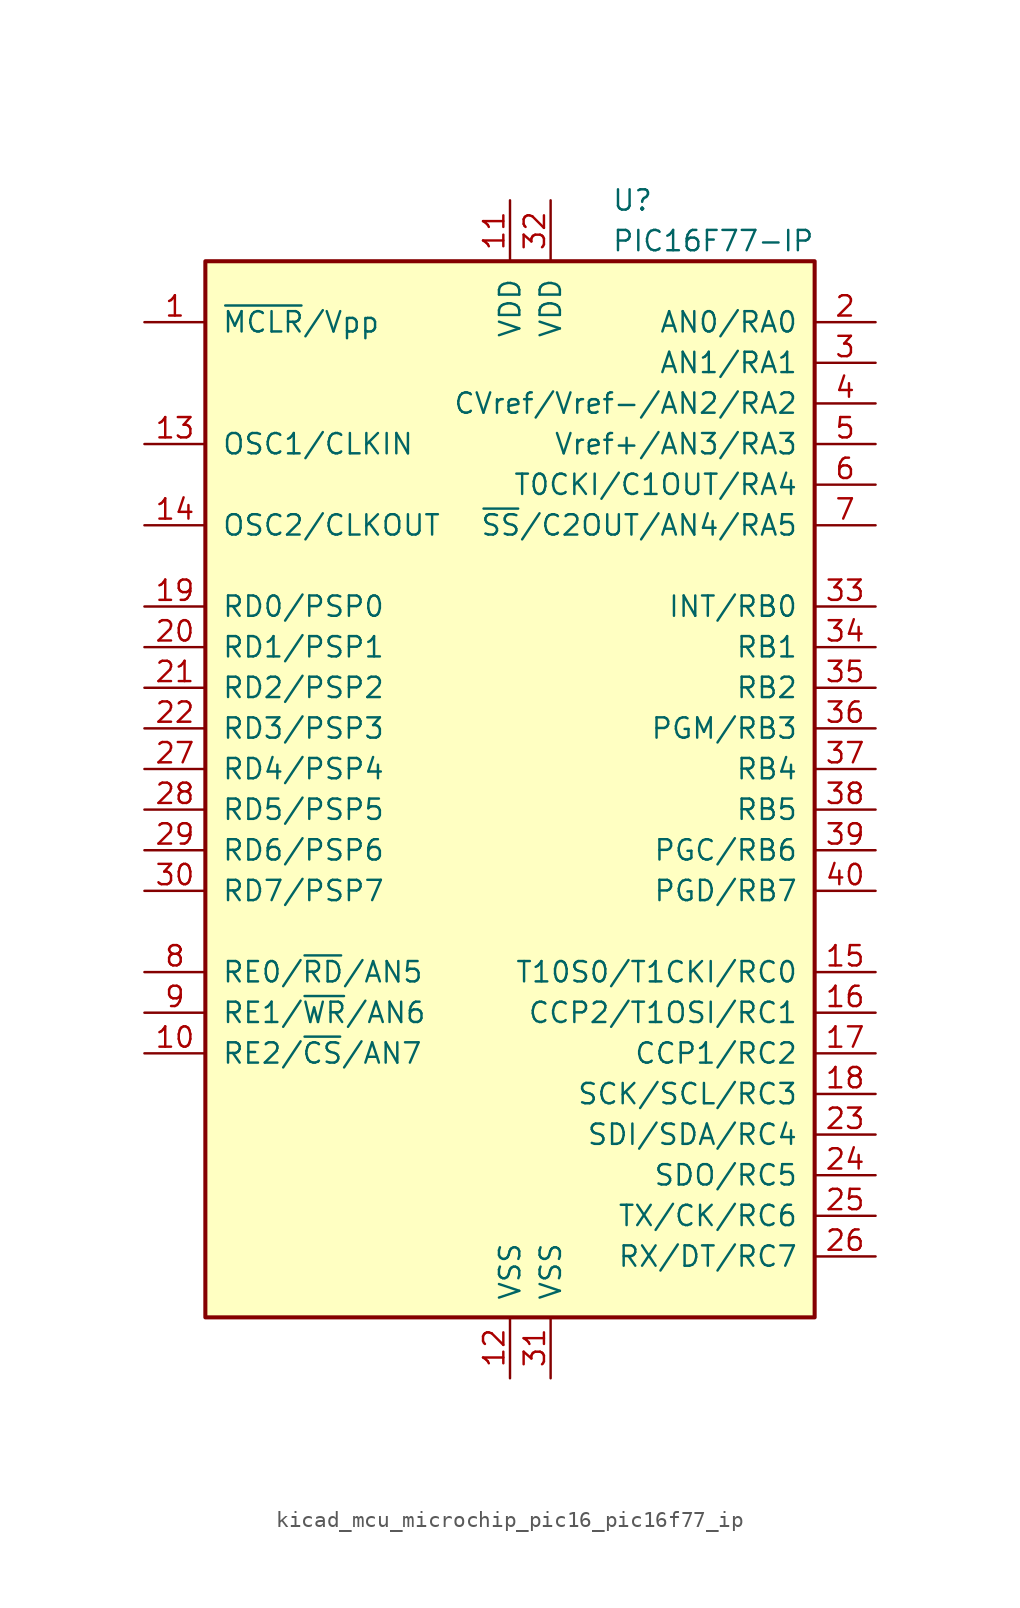
<source format=kicad_sym>
(kicad_symbol_lib
  (version 20220914)
  (generator kicad_symbol_editor)
  (symbol "kicad_mcu_microchip_pic16_pic16f77_ip"
    (pin_names
      (offset 1.016))
    (property "Reference" "U"
      (at 6.35 35.56 0)
      (effects (font (size 1.27 1.27)) (justify left)))
    (property "Value" "PIC16F77-IP"
      (at 6.35 33.02 0)
      (effects (font (size 1.27 1.27)) (justify left)))
    (symbol "kicad_mcu_microchip_pic16_pic16f77_ip_0_1"
      (rectangle (start -19.05 -34.29) (end 19.05 31.75) (stroke (width 0.254) (type default)) (fill (type background))))
    (symbol "kicad_mcu_microchip_pic16_pic16f77_ip_1_1"
      (pin input line (at -22.86 27.94 0) (length 3.81) (name "~{MCLR}/Vpp" (effects (font (size 1.27 1.27)))) (number "1" (effects (font (size 1.27 1.27)))))
      (pin bidirectional line (at -22.86 -17.78 0) (length 3.81) (name "RE2/~{CS}/AN7" (effects (font (size 1.27 1.27)))) (number "10" (effects (font (size 1.27 1.27)))))
      (pin power_in line (at 0 35.56 270) (length 3.81) (name "VDD" (effects (font (size 1.27 1.27)))) (number "11" (effects (font (size 1.27 1.27)))))
      (pin power_in line (at 0 -38.1 90) (length 3.81) (name "VSS" (effects (font (size 1.27 1.27)))) (number "12" (effects (font (size 1.27 1.27)))))
      (pin input line (at -22.86 20.32 0) (length 3.81) (name "OSC1/CLKIN" (effects (font (size 1.27 1.27)))) (number "13" (effects (font (size 1.27 1.27)))))
      (pin output line (at -22.86 15.24 0) (length 3.81) (name "OSC2/CLKOUT" (effects (font (size 1.27 1.27)))) (number "14" (effects (font (size 1.27 1.27)))))
      (pin bidirectional line (at 22.86 -12.7 180) (length 3.81) (name "T10S0/T1CKI/RC0" (effects (font (size 1.27 1.27)))) (number "15" (effects (font (size 1.27 1.27)))))
      (pin bidirectional line (at 22.86 -15.24 180) (length 3.81) (name "CCP2/T1OSI/RC1" (effects (font (size 1.27 1.27)))) (number "16" (effects (font (size 1.27 1.27)))))
      (pin bidirectional line (at 22.86 -17.78 180) (length 3.81) (name "CCP1/RC2" (effects (font (size 1.27 1.27)))) (number "17" (effects (font (size 1.27 1.27)))))
      (pin bidirectional line (at 22.86 -20.32 180) (length 3.81) (name "SCK/SCL/RC3" (effects (font (size 1.27 1.27)))) (number "18" (effects (font (size 1.27 1.27)))))
      (pin bidirectional line (at -22.86 10.16 0) (length 3.81) (name "RD0/PSP0" (effects (font (size 1.27 1.27)))) (number "19" (effects (font (size 1.27 1.27)))))
      (pin bidirectional line (at 22.86 27.94 180) (length 3.81) (name "AN0/RA0" (effects (font (size 1.27 1.27)))) (number "2" (effects (font (size 1.27 1.27)))))
      (pin bidirectional line (at -22.86 7.62 0) (length 3.81) (name "RD1/PSP1" (effects (font (size 1.27 1.27)))) (number "20" (effects (font (size 1.27 1.27)))))
      (pin bidirectional line (at -22.86 5.08 0) (length 3.81) (name "RD2/PSP2" (effects (font (size 1.27 1.27)))) (number "21" (effects (font (size 1.27 1.27)))))
      (pin bidirectional line (at -22.86 2.54 0) (length 3.81) (name "RD3/PSP3" (effects (font (size 1.27 1.27)))) (number "22" (effects (font (size 1.27 1.27)))))
      (pin bidirectional line (at 22.86 -22.86 180) (length 3.81) (name "SDI/SDA/RC4" (effects (font (size 1.27 1.27)))) (number "23" (effects (font (size 1.27 1.27)))))
      (pin bidirectional line (at 22.86 -25.4 180) (length 3.81) (name "SDO/RC5" (effects (font (size 1.27 1.27)))) (number "24" (effects (font (size 1.27 1.27)))))
      (pin bidirectional line (at 22.86 -27.94 180) (length 3.81) (name "TX/CK/RC6" (effects (font (size 1.27 1.27)))) (number "25" (effects (font (size 1.27 1.27)))))
      (pin bidirectional line (at 22.86 -30.48 180) (length 3.81) (name "RX/DT/RC7" (effects (font (size 1.27 1.27)))) (number "26" (effects (font (size 1.27 1.27)))))
      (pin bidirectional line (at -22.86 0 0) (length 3.81) (name "RD4/PSP4" (effects (font (size 1.27 1.27)))) (number "27" (effects (font (size 1.27 1.27)))))
      (pin bidirectional line (at -22.86 -2.54 0) (length 3.81) (name "RD5/PSP5" (effects (font (size 1.27 1.27)))) (number "28" (effects (font (size 1.27 1.27)))))
      (pin bidirectional line (at -22.86 -5.08 0) (length 3.81) (name "RD6/PSP6" (effects (font (size 1.27 1.27)))) (number "29" (effects (font (size 1.27 1.27)))))
      (pin bidirectional line (at 22.86 25.4 180) (length 3.81) (name "AN1/RA1" (effects (font (size 1.27 1.27)))) (number "3" (effects (font (size 1.27 1.27)))))
      (pin bidirectional line (at -22.86 -7.62 0) (length 3.81) (name "RD7/PSP7" (effects (font (size 1.27 1.27)))) (number "30" (effects (font (size 1.27 1.27)))))
      (pin power_in line (at 2.54 -38.1 90) (length 3.81) (name "VSS" (effects (font (size 1.27 1.27)))) (number "31" (effects (font (size 1.27 1.27)))))
      (pin power_in line (at 2.54 35.56 270) (length 3.81) (name "VDD" (effects (font (size 1.27 1.27)))) (number "32" (effects (font (size 1.27 1.27)))))
      (pin bidirectional line (at 22.86 10.16 180) (length 3.81) (name "INT/RB0" (effects (font (size 1.27 1.27)))) (number "33" (effects (font (size 1.27 1.27)))))
      (pin bidirectional line (at 22.86 7.62 180) (length 3.81) (name "RB1" (effects (font (size 1.27 1.27)))) (number "34" (effects (font (size 1.27 1.27)))))
      (pin bidirectional line (at 22.86 5.08 180) (length 3.81) (name "RB2" (effects (font (size 1.27 1.27)))) (number "35" (effects (font (size 1.27 1.27)))))
      (pin bidirectional line (at 22.86 2.54 180) (length 3.81) (name "PGM/RB3" (effects (font (size 1.27 1.27)))) (number "36" (effects (font (size 1.27 1.27)))))
      (pin bidirectional line (at 22.86 0 180) (length 3.81) (name "RB4" (effects (font (size 1.27 1.27)))) (number "37" (effects (font (size 1.27 1.27)))))
      (pin bidirectional line (at 22.86 -2.54 180) (length 3.81) (name "RB5" (effects (font (size 1.27 1.27)))) (number "38" (effects (font (size 1.27 1.27)))))
      (pin bidirectional line (at 22.86 -5.08 180) (length 3.81) (name "PGC/RB6" (effects (font (size 1.27 1.27)))) (number "39" (effects (font (size 1.27 1.27)))))
      (pin bidirectional line (at 22.86 22.86 180) (length 3.81) (name "CVref/Vref-/AN2/RA2" (effects (font (size 1.27 1.27)))) (number "4" (effects (font (size 1.27 1.27)))))
      (pin bidirectional line (at 22.86 -7.62 180) (length 3.81) (name "PGD/RB7" (effects (font (size 1.27 1.27)))) (number "40" (effects (font (size 1.27 1.27)))))
      (pin bidirectional line (at 22.86 20.32 180) (length 3.81) (name "Vref+/AN3/RA3" (effects (font (size 1.27 1.27)))) (number "5" (effects (font (size 1.27 1.27)))))
      (pin bidirectional line (at 22.86 17.78 180) (length 3.81) (name "T0CKI/C1OUT/RA4" (effects (font (size 1.27 1.27)))) (number "6" (effects (font (size 1.27 1.27)))))
      (pin bidirectional line (at 22.86 15.24 180) (length 3.81) (name "~{SS}/C2OUT/AN4/RA5" (effects (font (size 1.27 1.27)))) (number "7" (effects (font (size 1.27 1.27)))))
      (pin bidirectional line (at -22.86 -12.7 0) (length 3.81) (name "RE0/~{RD}/AN5" (effects (font (size 1.27 1.27)))) (number "8" (effects (font (size 1.27 1.27)))))
      (pin bidirectional line (at -22.86 -15.24 0) (length 3.81) (name "RE1/~{WR}/AN6" (effects (font (size 1.27 1.27)))) (number "9" (effects (font (size 1.27 1.27))))))))
</source>
